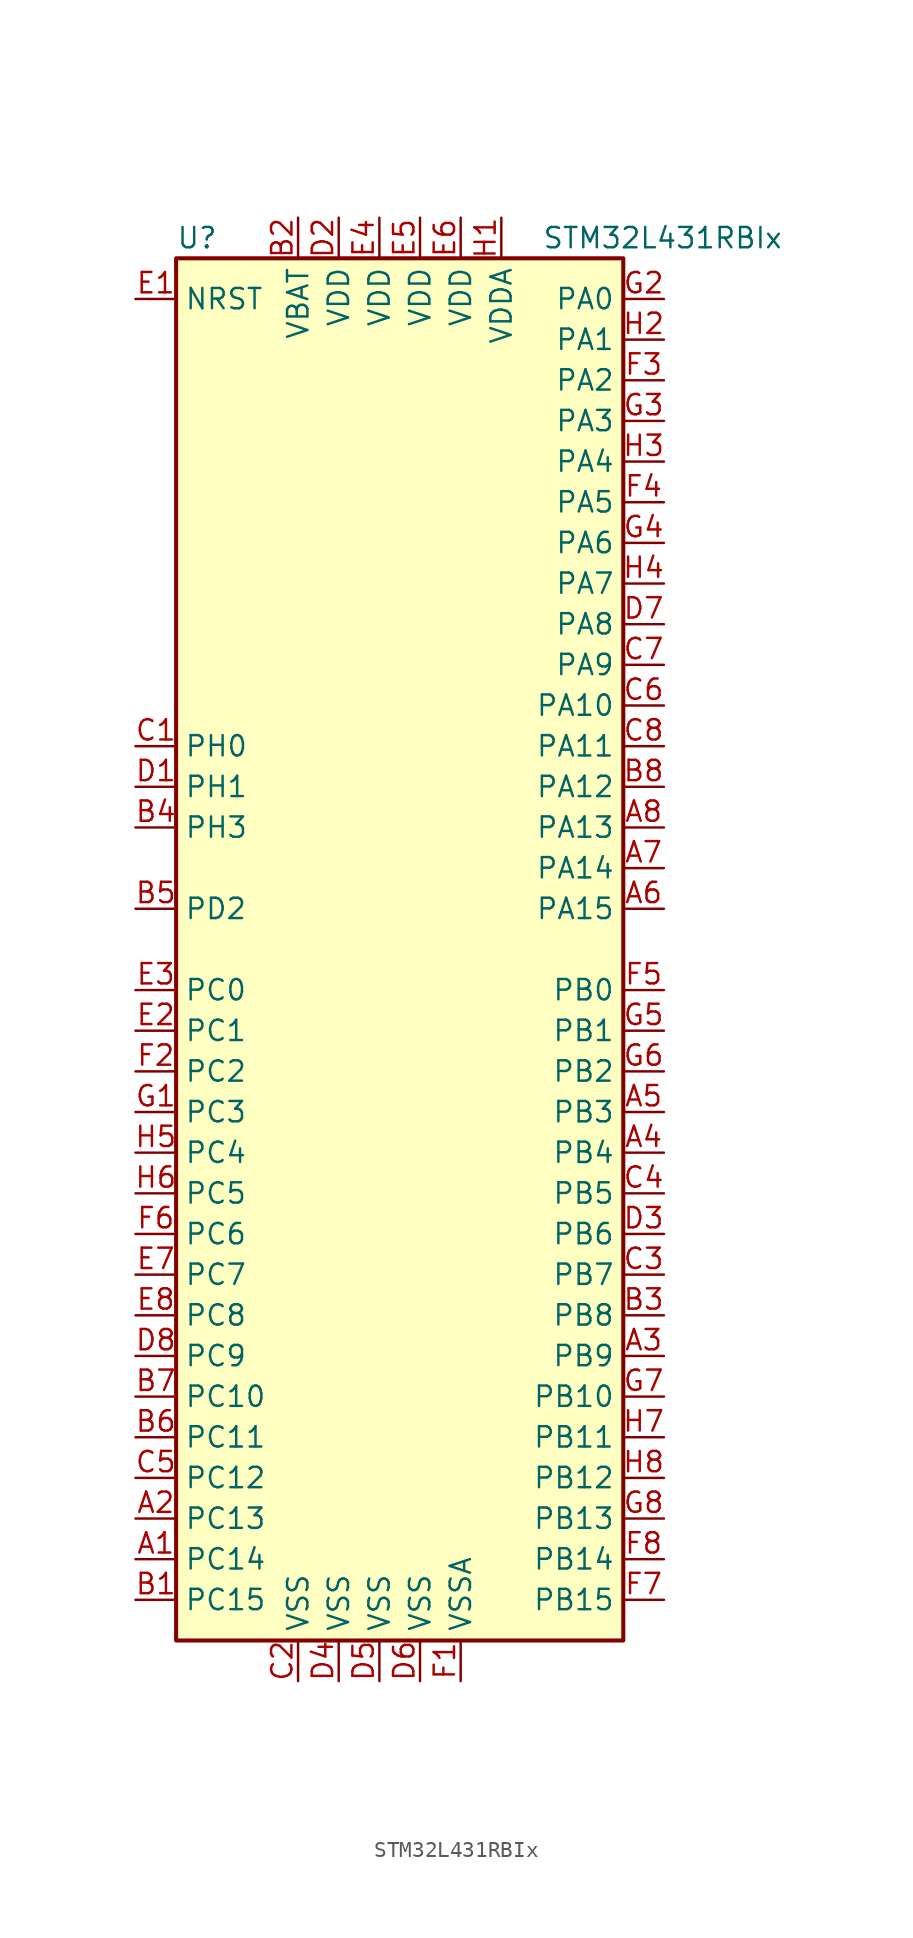
<source format=kicad_sym>
(kicad_symbol_lib
  (version 20201005)
  (generator kicad_symbol_editor)
  (symbol "STM32L431RBIx"
    (property "Reference" "U"
      (at -15.24 44.45 0)
      (effects (font (size 1.27 1.27)) (justify left)))
    (property "Value" "STM32L431RBIx"
      (at 7.62 44.45 0)
      (effects (font (size 1.27 1.27)) (justify left)))
    (symbol "STM32L431RBIx_0_1"
      (rectangle (start -15.24 -43.18) (end 12.7 43.18) (stroke (width 0.254)) (fill (type background))))
    (symbol "STM32L431RBIx_1_1"
      (pin bidirectional line (at -17.78 -38.1 0) (length 2.54) (name "PC14" (effects (font (size 1.27 1.27)))) (number "A1" (effects (font (size 1.27 1.27)))))
      (pin bidirectional line (at -17.78 -35.56 0) (length 2.54) (name "PC13" (effects (font (size 1.27 1.27)))) (number "A2" (effects (font (size 1.27 1.27)))))
      (pin bidirectional line (at 15.24 -25.4 180) (length 2.54) (name "PB9" (effects (font (size 1.27 1.27)))) (number "A3" (effects (font (size 1.27 1.27)))))
      (pin bidirectional line (at 15.24 -12.7 180) (length 2.54) (name "PB4" (effects (font (size 1.27 1.27)))) (number "A4" (effects (font (size 1.27 1.27)))))
      (pin bidirectional line (at 15.24 -10.16 180) (length 2.54) (name "PB3" (effects (font (size 1.27 1.27)))) (number "A5" (effects (font (size 1.27 1.27)))))
      (pin bidirectional line (at 15.24 2.54 180) (length 2.54) (name "PA15" (effects (font (size 1.27 1.27)))) (number "A6" (effects (font (size 1.27 1.27)))))
      (pin bidirectional line (at 15.24 5.08 180) (length 2.54) (name "PA14" (effects (font (size 1.27 1.27)))) (number "A7" (effects (font (size 1.27 1.27)))))
      (pin bidirectional line (at 15.24 7.62 180) (length 2.54) (name "PA13" (effects (font (size 1.27 1.27)))) (number "A8" (effects (font (size 1.27 1.27)))))
      (pin bidirectional line (at -17.78 -40.64 0) (length 2.54) (name "PC15" (effects (font (size 1.27 1.27)))) (number "B1" (effects (font (size 1.27 1.27)))))
      (pin power_in line (at -7.62 45.72 270) (length 2.54) (name "VBAT" (effects (font (size 1.27 1.27)))) (number "B2" (effects (font (size 1.27 1.27)))))
      (pin bidirectional line (at 15.24 -22.86 180) (length 2.54) (name "PB8" (effects (font (size 1.27 1.27)))) (number "B3" (effects (font (size 1.27 1.27)))))
      (pin bidirectional line (at -17.78 7.62 0) (length 2.54) (name "PH3" (effects (font (size 1.27 1.27)))) (number "B4" (effects (font (size 1.27 1.27)))))
      (pin bidirectional line (at -17.78 2.54 0) (length 2.54) (name "PD2" (effects (font (size 1.27 1.27)))) (number "B5" (effects (font (size 1.27 1.27)))))
      (pin bidirectional line (at -17.78 -30.48 0) (length 2.54) (name "PC11" (effects (font (size 1.27 1.27)))) (number "B6" (effects (font (size 1.27 1.27)))))
      (pin bidirectional line (at -17.78 -27.94 0) (length 2.54) (name "PC10" (effects (font (size 1.27 1.27)))) (number "B7" (effects (font (size 1.27 1.27)))))
      (pin bidirectional line (at 15.24 10.16 180) (length 2.54) (name "PA12" (effects (font (size 1.27 1.27)))) (number "B8" (effects (font (size 1.27 1.27)))))
      (pin input line (at -17.78 12.7 0) (length 2.54) (name "PH0" (effects (font (size 1.27 1.27)))) (number "C1" (effects (font (size 1.27 1.27)))))
      (pin power_in line (at -7.62 -45.72 90) (length 2.54) (name "VSS" (effects (font (size 1.27 1.27)))) (number "C2" (effects (font (size 1.27 1.27)))))
      (pin bidirectional line (at 15.24 -20.32 180) (length 2.54) (name "PB7" (effects (font (size 1.27 1.27)))) (number "C3" (effects (font (size 1.27 1.27)))))
      (pin bidirectional line (at 15.24 -15.24 180) (length 2.54) (name "PB5" (effects (font (size 1.27 1.27)))) (number "C4" (effects (font (size 1.27 1.27)))))
      (pin bidirectional line (at -17.78 -33.02 0) (length 2.54) (name "PC12" (effects (font (size 1.27 1.27)))) (number "C5" (effects (font (size 1.27 1.27)))))
      (pin bidirectional line (at 15.24 15.24 180) (length 2.54) (name "PA10" (effects (font (size 1.27 1.27)))) (number "C6" (effects (font (size 1.27 1.27)))))
      (pin bidirectional line (at 15.24 17.78 180) (length 2.54) (name "PA9" (effects (font (size 1.27 1.27)))) (number "C7" (effects (font (size 1.27 1.27)))))
      (pin bidirectional line (at 15.24 12.7 180) (length 2.54) (name "PA11" (effects (font (size 1.27 1.27)))) (number "C8" (effects (font (size 1.27 1.27)))))
      (pin input line (at -17.78 10.16 0) (length 2.54) (name "PH1" (effects (font (size 1.27 1.27)))) (number "D1" (effects (font (size 1.27 1.27)))))
      (pin power_in line (at -5.08 45.72 270) (length 2.54) (name "VDD" (effects (font (size 1.27 1.27)))) (number "D2" (effects (font (size 1.27 1.27)))))
      (pin bidirectional line (at 15.24 -17.78 180) (length 2.54) (name "PB6" (effects (font (size 1.27 1.27)))) (number "D3" (effects (font (size 1.27 1.27)))))
      (pin power_in line (at -5.08 -45.72 90) (length 2.54) (name "VSS" (effects (font (size 1.27 1.27)))) (number "D4" (effects (font (size 1.27 1.27)))))
      (pin power_in line (at -2.54 -45.72 90) (length 2.54) (name "VSS" (effects (font (size 1.27 1.27)))) (number "D5" (effects (font (size 1.27 1.27)))))
      (pin power_in line (at 0 -45.72 90) (length 2.54) (name "VSS" (effects (font (size 1.27 1.27)))) (number "D6" (effects (font (size 1.27 1.27)))))
      (pin bidirectional line (at 15.24 20.32 180) (length 2.54) (name "PA8" (effects (font (size 1.27 1.27)))) (number "D7" (effects (font (size 1.27 1.27)))))
      (pin bidirectional line (at -17.78 -25.4 0) (length 2.54) (name "PC9" (effects (font (size 1.27 1.27)))) (number "D8" (effects (font (size 1.27 1.27)))))
      (pin input line (at -17.78 40.64 0) (length 2.54) (name "NRST" (effects (font (size 1.27 1.27)))) (number "E1" (effects (font (size 1.27 1.27)))))
      (pin bidirectional line (at -17.78 -5.08 0) (length 2.54) (name "PC1" (effects (font (size 1.27 1.27)))) (number "E2" (effects (font (size 1.27 1.27)))))
      (pin bidirectional line (at -17.78 -2.54 0) (length 2.54) (name "PC0" (effects (font (size 1.27 1.27)))) (number "E3" (effects (font (size 1.27 1.27)))))
      (pin power_in line (at -2.54 45.72 270) (length 2.54) (name "VDD" (effects (font (size 1.27 1.27)))) (number "E4" (effects (font (size 1.27 1.27)))))
      (pin power_in line (at 0 45.72 270) (length 2.54) (name "VDD" (effects (font (size 1.27 1.27)))) (number "E5" (effects (font (size 1.27 1.27)))))
      (pin power_in line (at 2.54 45.72 270) (length 2.54) (name "VDD" (effects (font (size 1.27 1.27)))) (number "E6" (effects (font (size 1.27 1.27)))))
      (pin bidirectional line (at -17.78 -20.32 0) (length 2.54) (name "PC7" (effects (font (size 1.27 1.27)))) (number "E7" (effects (font (size 1.27 1.27)))))
      (pin bidirectional line (at -17.78 -22.86 0) (length 2.54) (name "PC8" (effects (font (size 1.27 1.27)))) (number "E8" (effects (font (size 1.27 1.27)))))
      (pin power_in line (at 2.54 -45.72 90) (length 2.54) (name "VSSA" (effects (font (size 1.27 1.27)))) (number "F1" (effects (font (size 1.27 1.27)))))
      (pin bidirectional line (at -17.78 -7.62 0) (length 2.54) (name "PC2" (effects (font (size 1.27 1.27)))) (number "F2" (effects (font (size 1.27 1.27)))))
      (pin bidirectional line (at 15.24 35.56 180) (length 2.54) (name "PA2" (effects (font (size 1.27 1.27)))) (number "F3" (effects (font (size 1.27 1.27)))))
      (pin bidirectional line (at 15.24 27.94 180) (length 2.54) (name "PA5" (effects (font (size 1.27 1.27)))) (number "F4" (effects (font (size 1.27 1.27)))))
      (pin bidirectional line (at 15.24 -2.54 180) (length 2.54) (name "PB0" (effects (font (size 1.27 1.27)))) (number "F5" (effects (font (size 1.27 1.27)))))
      (pin bidirectional line (at -17.78 -17.78 0) (length 2.54) (name "PC6" (effects (font (size 1.27 1.27)))) (number "F6" (effects (font (size 1.27 1.27)))))
      (pin bidirectional line (at 15.24 -40.64 180) (length 2.54) (name "PB15" (effects (font (size 1.27 1.27)))) (number "F7" (effects (font (size 1.27 1.27)))))
      (pin bidirectional line (at 15.24 -38.1 180) (length 2.54) (name "PB14" (effects (font (size 1.27 1.27)))) (number "F8" (effects (font (size 1.27 1.27)))))
      (pin bidirectional line (at -17.78 -10.16 0) (length 2.54) (name "PC3" (effects (font (size 1.27 1.27)))) (number "G1" (effects (font (size 1.27 1.27)))))
      (pin bidirectional line (at 15.24 40.64 180) (length 2.54) (name "PA0" (effects (font (size 1.27 1.27)))) (number "G2" (effects (font (size 1.27 1.27)))))
      (pin bidirectional line (at 15.24 33.02 180) (length 2.54) (name "PA3" (effects (font (size 1.27 1.27)))) (number "G3" (effects (font (size 1.27 1.27)))))
      (pin bidirectional line (at 15.24 25.4 180) (length 2.54) (name "PA6" (effects (font (size 1.27 1.27)))) (number "G4" (effects (font (size 1.27 1.27)))))
      (pin bidirectional line (at 15.24 -5.08 180) (length 2.54) (name "PB1" (effects (font (size 1.27 1.27)))) (number "G5" (effects (font (size 1.27 1.27)))))
      (pin bidirectional line (at 15.24 -7.62 180) (length 2.54) (name "PB2" (effects (font (size 1.27 1.27)))) (number "G6" (effects (font (size 1.27 1.27)))))
      (pin bidirectional line (at 15.24 -27.94 180) (length 2.54) (name "PB10" (effects (font (size 1.27 1.27)))) (number "G7" (effects (font (size 1.27 1.27)))))
      (pin bidirectional line (at 15.24 -35.56 180) (length 2.54) (name "PB13" (effects (font (size 1.27 1.27)))) (number "G8" (effects (font (size 1.27 1.27)))))
      (pin power_in line (at 5.08 45.72 270) (length 2.54) (name "VDDA" (effects (font (size 1.27 1.27)))) (number "H1" (effects (font (size 1.27 1.27)))))
      (pin bidirectional line (at 15.24 38.1 180) (length 2.54) (name "PA1" (effects (font (size 1.27 1.27)))) (number "H2" (effects (font (size 1.27 1.27)))))
      (pin bidirectional line (at 15.24 30.48 180) (length 2.54) (name "PA4" (effects (font (size 1.27 1.27)))) (number "H3" (effects (font (size 1.27 1.27)))))
      (pin bidirectional line (at 15.24 22.86 180) (length 2.54) (name "PA7" (effects (font (size 1.27 1.27)))) (number "H4" (effects (font (size 1.27 1.27)))))
      (pin bidirectional line (at -17.78 -12.7 0) (length 2.54) (name "PC4" (effects (font (size 1.27 1.27)))) (number "H5" (effects (font (size 1.27 1.27)))))
      (pin bidirectional line (at -17.78 -15.24 0) (length 2.54) (name "PC5" (effects (font (size 1.27 1.27)))) (number "H6" (effects (font (size 1.27 1.27)))))
      (pin bidirectional line (at 15.24 -30.48 180) (length 2.54) (name "PB11" (effects (font (size 1.27 1.27)))) (number "H7" (effects (font (size 1.27 1.27)))))
      (pin bidirectional line (at 15.24 -33.02 180) (length 2.54) (name "PB12" (effects (font (size 1.27 1.27)))) (number "H8" (effects (font (size 1.27 1.27))))))))
</source>
